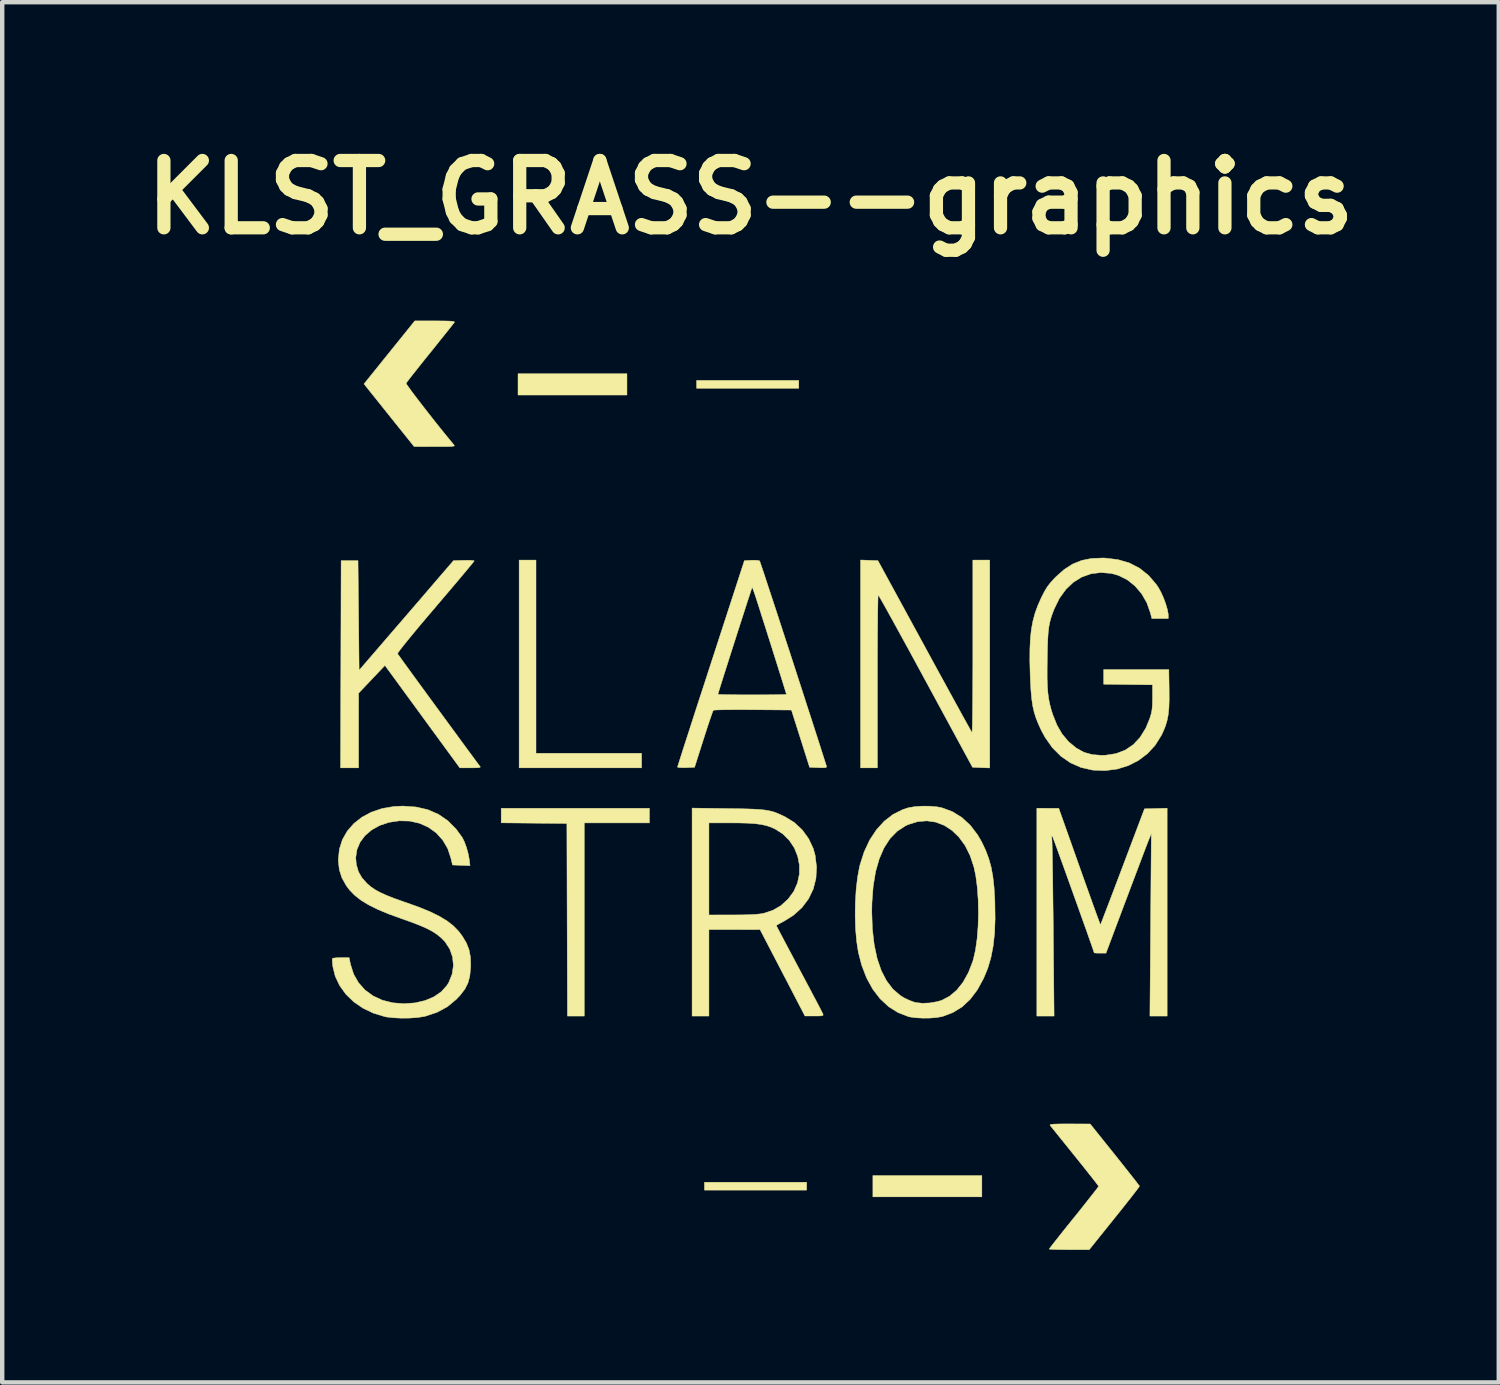
<source format=kicad_pcb>
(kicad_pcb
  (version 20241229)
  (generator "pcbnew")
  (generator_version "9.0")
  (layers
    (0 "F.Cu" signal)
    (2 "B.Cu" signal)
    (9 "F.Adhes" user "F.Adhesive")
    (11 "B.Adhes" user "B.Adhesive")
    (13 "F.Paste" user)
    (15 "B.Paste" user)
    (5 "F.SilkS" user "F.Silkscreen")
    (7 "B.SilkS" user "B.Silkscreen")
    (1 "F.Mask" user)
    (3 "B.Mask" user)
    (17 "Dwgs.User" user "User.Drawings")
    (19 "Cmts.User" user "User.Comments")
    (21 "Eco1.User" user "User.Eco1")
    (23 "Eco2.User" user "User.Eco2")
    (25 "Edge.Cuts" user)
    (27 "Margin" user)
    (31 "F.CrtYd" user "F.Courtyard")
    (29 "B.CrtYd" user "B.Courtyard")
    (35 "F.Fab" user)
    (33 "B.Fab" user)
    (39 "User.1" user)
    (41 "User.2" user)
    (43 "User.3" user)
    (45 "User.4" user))
  (footprint "KLST_GRASS--graphics"
    (layer "F.Cu")
    (at 13.941 1.418)
    (property "Reference" "KLST_GRASS--graphics" (at 0 0 0) (layer "F.SilkS") (effects (font (size 1.524 1.524) (thickness 0.3))))
    (attr through_hole)
    (fp_poly (pts (xy -2.797 4.475) (xy -5.263 4.475) (xy -5.263 3.992) (xy -2.797 3.992) (xy -2.797 4.475)) (stroke (width 0.01) (type solid)) (fill yes) (layer "F.SilkS"))
    (fp_poly (pts (xy 1.093 4.322) (xy -1.22 4.322) (xy -1.22 4.144) (xy 1.093 4.144) (xy 1.093 4.322)) (stroke (width 0.01) (type solid)) (fill yes) (layer "F.SilkS"))
    (fp_poly (pts (xy 1.271 22.476) (xy -1.042 22.476) (xy -1.042 22.298) (xy 1.271 22.298) (xy 1.271 22.476)) (stroke (width 0.01) (type solid)) (fill yes) (layer "F.SilkS"))
    (fp_poly (pts (xy 5.238 22.629) (xy 2.771 22.629) (xy 2.771 22.146) (xy 5.238 22.146) (xy 5.238 22.629)) (stroke (width 0.01) (type solid)) (fill yes) (layer "F.SilkS"))
    (fp_poly (pts (xy -4.856 12.586) (xy -2.466 12.586) (xy -2.466 12.916) (xy -5.238 12.916) (xy -5.238 8.212) (xy -4.856 8.212) (xy -4.856 12.586)) (stroke (width 0.01) (type solid)) (fill yes) (layer "F.SilkS"))
    (fp_poly (pts (xy -2.288 14.162) (xy -3.763 14.162) (xy -3.763 18.535) (xy -4.144 18.535) (xy -4.151 16.355) (xy -4.157 14.175) (xy -4.901 14.168) (xy -5.644 14.161) (xy -5.644 13.831) (xy -2.288 13.831) (xy -2.288 14.162)) (stroke (width 0.01) (type solid)) (fill yes) (layer "F.SilkS"))
    (fp_poly (pts (xy -6.974 2.798) (xy -6.851 2.8) (xy -6.768 2.804) (xy -6.721 2.811) (xy -6.702 2.821) (xy -6.703 2.829) (xy -6.723 2.855) (xy -6.772 2.917) (xy -6.844 3.008) (xy -6.937 3.124) (xy -7.046 3.26) (xy -7.167 3.412) (xy -7.253 3.518) (xy -7.381 3.677) (xy -7.498 3.824) (xy -7.601 3.954) (xy -7.687 4.062) (xy -7.75 4.145) (xy -7.788 4.195) (xy -7.797 4.21) (xy -7.784 4.235) (xy -7.743 4.294) (xy -7.679 4.382) (xy -7.595 4.494) (xy -7.496 4.624) (xy -7.385 4.767) (xy -7.267 4.918) (xy -7.147 5.071) (xy -7.027 5.221) (xy -6.913 5.363) (xy -6.808 5.491) (xy -6.717 5.6) (xy -6.706 5.616) (xy -6.709 5.627) (xy -6.731 5.635) (xy -6.779 5.64) (xy -6.859 5.642) (xy -6.976 5.643) (xy -7.139 5.643) (xy -7.147 5.643) (xy -7.615 5.642) (xy -8.183 4.933) (xy -8.75 4.224) (xy -8.175 3.51) (xy -7.6 2.797) (xy -7.142 2.797) (xy -6.974 2.798)) (stroke (width 0.01) (type solid)) (fill yes) (layer "F.SilkS"))
    (fp_poly (pts (xy 2.688 8.218) (xy 2.885 8.225) (xy 3.941 10.162) (xy 4.099 10.453) (xy 4.25 10.73) (xy 4.394 10.992) (xy 4.526 11.234) (xy 4.647 11.454) (xy 4.753 11.648) (xy 4.844 11.813) (xy 4.918 11.946) (xy 4.972 12.043) (xy 5.005 12.101) (xy 5.015 12.118) (xy 5.018 12.096) (xy 5.021 12.027) (xy 5.024 11.915) (xy 5.026 11.764) (xy 5.028 11.577) (xy 5.03 11.358) (xy 5.032 11.112) (xy 5.033 10.841) (xy 5.034 10.55) (xy 5.034 10.243) (xy 5.034 10.174) (xy 5.034 8.212) (xy 5.416 8.212) (xy 5.416 12.918) (xy 5.221 12.911) (xy 5.027 12.903) (xy 3.969 10.953) (xy 3.811 10.662) (xy 3.66 10.384) (xy 3.517 10.122) (xy 3.384 9.88) (xy 3.264 9.661) (xy 3.157 9.467) (xy 3.066 9.303) (xy 2.992 9.171) (xy 2.937 9.075) (xy 2.903 9.017) (xy 2.892 9.001) (xy 2.889 9.026) (xy 2.886 9.098) (xy 2.884 9.212) (xy 2.881 9.366) (xy 2.879 9.556) (xy 2.877 9.776) (xy 2.875 10.025) (xy 2.874 10.297) (xy 2.873 10.589) (xy 2.873 10.896) (xy 2.873 10.958) (xy 2.873 12.916) (xy 2.492 12.916) (xy 2.492 8.21) (xy 2.688 8.218)) (stroke (width 0.01) (type solid)) (fill yes) (layer "F.SilkS"))
    (fp_poly (pts (xy 7.224 20.977) (xy 7.691 20.979) (xy 8.248 21.674) (xy 8.377 21.836) (xy 8.496 21.986) (xy 8.601 22.119) (xy 8.689 22.23) (xy 8.754 22.315) (xy 8.795 22.369) (xy 8.807 22.386) (xy 8.792 22.41) (xy 8.749 22.468) (xy 8.681 22.556) (xy 8.592 22.671) (xy 8.485 22.806) (xy 8.364 22.959) (xy 8.239 23.114) (xy 7.669 23.824) (xy 7.216 23.824) (xy 7.071 23.823) (xy 6.945 23.821) (xy 6.846 23.818) (xy 6.783 23.814) (xy 6.763 23.81) (xy 6.779 23.787) (xy 6.822 23.73) (xy 6.891 23.642) (xy 6.98 23.529) (xy 7.087 23.394) (xy 7.208 23.243) (xy 7.323 23.101) (xy 7.453 22.939) (xy 7.572 22.789) (xy 7.677 22.656) (xy 7.764 22.546) (xy 7.83 22.461) (xy 7.87 22.408) (xy 7.882 22.39) (xy 7.866 22.367) (xy 7.823 22.309) (xy 7.755 22.221) (xy 7.665 22.108) (xy 7.559 21.974) (xy 7.439 21.824) (xy 7.345 21.707) (xy 7.216 21.547) (xy 7.097 21.399) (xy 6.991 21.268) (xy 6.903 21.158) (xy 6.836 21.075) (xy 6.794 21.023) (xy 6.782 21.008) (xy 6.783 20.996) (xy 6.809 20.988) (xy 6.866 20.982) (xy 6.96 20.979) (xy 7.095 20.977) (xy 7.224 20.977)) (stroke (width 0.01) (type solid)) (fill yes) (layer "F.SilkS"))
    (fp_poly (pts (xy -6.308 8.22) (xy -6.262 8.226) (xy -6.255 8.231) (xy -6.271 8.253) (xy -6.318 8.311) (xy -6.391 8.4) (xy -6.488 8.516) (xy -6.606 8.657) (xy -6.742 8.818) (xy -6.893 8.996) (xy -7.056 9.187) (xy -7.132 9.277) (xy -7.317 9.494) (xy -7.484 9.692) (xy -7.631 9.869) (xy -7.756 10.021) (xy -7.857 10.146) (xy -7.931 10.241) (xy -7.977 10.304) (xy -7.991 10.331) (xy -7.991 10.332) (xy -7.971 10.36) (xy -7.925 10.424) (xy -7.855 10.521) (xy -7.764 10.646) (xy -7.657 10.794) (xy -7.535 10.961) (xy -7.402 11.143) (xy -7.262 11.335) (xy -7.117 11.533) (xy -6.971 11.732) (xy -6.827 11.929) (xy -6.688 12.118) (xy -6.558 12.296) (xy -6.439 12.458) (xy -6.335 12.599) (xy -6.249 12.715) (xy -6.185 12.803) (xy -6.145 12.856) (xy -6.133 12.872) (xy -6.118 12.892) (xy -6.123 12.905) (xy -6.154 12.912) (xy -6.22 12.915) (xy -6.328 12.916) (xy -6.338 12.916) (xy -6.581 12.916) (xy -7.429 11.756) (xy -8.276 10.597) (xy -8.872 11.225) (xy -8.873 12.071) (xy -8.873 12.916) (xy -9.281 12.916) (xy -9.274 10.571) (xy -9.268 8.225) (xy -8.886 8.225) (xy -8.873 9.466) (xy -8.861 10.707) (xy -8.208 9.949) (xy -8.042 9.756) (xy -7.866 9.553) (xy -7.69 9.348) (xy -7.519 9.15) (xy -7.362 8.967) (xy -7.225 8.807) (xy -7.14 8.708) (xy -6.724 8.225) (xy -6.49 8.218) (xy -6.387 8.217) (xy -6.308 8.22)) (stroke (width 0.01) (type solid)) (fill yes) (layer "F.SilkS"))
    (fp_poly (pts (xy 9.433 18.535) (xy 9.043 18.535) (xy 9.059 16.469) (xy 9.075 14.404) (xy 9.018 14.543) (xy 8.997 14.594) (xy 8.961 14.688) (xy 8.911 14.819) (xy 8.849 14.982) (xy 8.778 15.172) (xy 8.698 15.383) (xy 8.612 15.611) (xy 8.522 15.851) (xy 8.504 15.897) (xy 8.048 17.111) (xy 7.914 17.111) (xy 7.839 17.11) (xy 7.791 17.106) (xy 7.78 17.102) (xy 7.772 17.075) (xy 7.748 17.005) (xy 7.711 16.897) (xy 7.662 16.759) (xy 7.604 16.593) (xy 7.537 16.407) (xy 7.465 16.205) (xy 7.389 15.992) (xy 7.311 15.774) (xy 7.233 15.557) (xy 7.157 15.345) (xy 7.085 15.144) (xy 7.018 14.96) (xy 6.959 14.797) (xy 6.909 14.661) (xy 6.871 14.557) (xy 6.846 14.491) (xy 6.836 14.468) (xy 6.822 14.456) (xy 6.819 14.488) (xy 6.824 14.531) (xy 6.826 14.572) (xy 6.829 14.66) (xy 6.832 14.79) (xy 6.835 14.959) (xy 6.838 15.162) (xy 6.842 15.396) (xy 6.845 15.655) (xy 6.848 15.935) (xy 6.852 16.234) (xy 6.855 16.546) (xy 6.855 16.584) (xy 6.873 18.535) (xy 6.483 18.535) (xy 6.483 13.831) (xy 6.731 13.832) (xy 6.979 13.832) (xy 7.448 15.154) (xy 7.535 15.4) (xy 7.618 15.631) (xy 7.694 15.843) (xy 7.761 16.031) (xy 7.819 16.191) (xy 7.866 16.319) (xy 7.9 16.409) (xy 7.919 16.459) (xy 7.924 16.468) (xy 7.934 16.443) (xy 7.96 16.376) (xy 8.001 16.269) (xy 8.055 16.128) (xy 8.121 15.956) (xy 8.196 15.759) (xy 8.279 15.54) (xy 8.369 15.303) (xy 8.426 15.152) (xy 8.92 13.844) (xy 9.177 13.837) (xy 9.433 13.83) (xy 9.433 18.535)) (stroke (width 0.01) (type solid)) (fill yes) (layer "F.SilkS"))
    (fp_poly (pts (xy -0.515 13.838) (xy -0.268 13.841) (xy -0.065 13.846) (xy 0.1 13.852) (xy 0.235 13.861) (xy 0.347 13.874) (xy 0.442 13.892) (xy 0.528 13.915) (xy 0.61 13.945) (xy 0.696 13.983) (xy 0.783 14.025) (xy 0.993 14.154) (xy 1.172 14.321) (xy 1.316 14.519) (xy 1.42 14.74) (xy 1.463 14.892) (xy 1.496 15.163) (xy 1.482 15.42) (xy 1.42 15.661) (xy 1.313 15.883) (xy 1.163 16.082) (xy 0.97 16.255) (xy 0.761 16.386) (xy 0.678 16.43) (xy 0.616 16.465) (xy 0.586 16.485) (xy 0.585 16.486) (xy 0.596 16.51) (xy 0.629 16.573) (xy 0.682 16.673) (xy 0.75 16.803) (xy 0.833 16.96) (xy 0.928 17.138) (xy 1.032 17.334) (xy 1.104 17.47) (xy 1.214 17.677) (xy 1.317 17.87) (xy 1.41 18.046) (xy 1.491 18.199) (xy 1.557 18.325) (xy 1.605 18.419) (xy 1.634 18.476) (xy 1.641 18.491) (xy 1.645 18.512) (xy 1.629 18.526) (xy 1.586 18.532) (xy 1.505 18.534) (xy 1.446 18.534) (xy 1.233 18.534) (xy 0.725 17.556) (xy 0.216 16.578) (xy -0.362 16.577) (xy -0.941 16.577) (xy -0.941 18.535) (xy -1.322 18.535) (xy -1.322 16.247) (xy -0.941 16.247) (xy -0.4 16.246) (xy -0.182 16.245) (xy -0.008 16.24) (xy 0.128 16.232) (xy 0.233 16.221) (xy 0.303 16.208) (xy 0.51 16.139) (xy 0.689 16.035) (xy 0.851 15.887) (xy 0.852 15.887) (xy 0.98 15.713) (xy 1.064 15.523) (xy 1.107 15.323) (xy 1.108 15.119) (xy 1.069 14.919) (xy 0.993 14.73) (xy 0.879 14.558) (xy 0.729 14.41) (xy 0.559 14.301) (xy 0.46 14.257) (xy 0.355 14.222) (xy 0.238 14.197) (xy 0.098 14.179) (xy -0.071 14.168) (xy -0.277 14.163) (xy -0.426 14.162) (xy -0.941 14.162) (xy -0.941 16.247) (xy -1.322 16.247) (xy -1.322 13.827) (xy -0.515 13.838)) (stroke (width 0.01) (type solid)) (fill yes) (layer "F.SilkS"))
    (fp_poly (pts (xy 4.058 13.784) (xy 4.221 13.798) (xy 4.33 13.819) (xy 4.568 13.906) (xy 4.784 14.039) (xy 4.976 14.216) (xy 5.143 14.435) (xy 5.235 14.594) (xy 5.324 14.782) (xy 5.394 14.969) (xy 5.448 15.163) (xy 5.487 15.376) (xy 5.514 15.617) (xy 5.531 15.895) (xy 5.533 15.967) (xy 5.538 16.334) (xy 5.526 16.659) (xy 5.494 16.95) (xy 5.443 17.213) (xy 5.372 17.454) (xy 5.278 17.681) (xy 5.277 17.683) (xy 5.135 17.943) (xy 4.973 18.157) (xy 4.791 18.327) (xy 4.585 18.454) (xy 4.354 18.542) (xy 4.33 18.548) (xy 4.209 18.569) (xy 4.059 18.581) (xy 3.897 18.582) (xy 3.742 18.574) (xy 3.612 18.556) (xy 3.577 18.548) (xy 3.341 18.457) (xy 3.127 18.322) (xy 2.935 18.144) (xy 2.768 17.927) (xy 2.628 17.672) (xy 2.517 17.382) (xy 2.442 17.093) (xy 2.404 16.846) (xy 2.379 16.567) (xy 2.37 16.27) (xy 2.371 16.169) (xy 2.746 16.169) (xy 2.759 16.561) (xy 2.8 16.915) (xy 2.866 17.229) (xy 2.959 17.502) (xy 3.078 17.734) (xy 3.222 17.924) (xy 3.391 18.07) (xy 3.481 18.125) (xy 3.579 18.172) (xy 3.678 18.211) (xy 3.743 18.23) (xy 3.893 18.246) (xy 4.064 18.238) (xy 4.233 18.208) (xy 4.33 18.179) (xy 4.508 18.086) (xy 4.67 17.948) (xy 4.813 17.768) (xy 4.934 17.551) (xy 5.031 17.301) (xy 5.045 17.255) (xy 5.095 17.036) (xy 5.131 16.78) (xy 5.153 16.499) (xy 5.161 16.205) (xy 5.155 15.91) (xy 5.135 15.625) (xy 5.101 15.363) (xy 5.059 15.164) (xy 4.973 14.904) (xy 4.86 14.677) (xy 4.721 14.486) (xy 4.562 14.332) (xy 4.386 14.218) (xy 4.195 14.145) (xy 3.994 14.116) (xy 3.786 14.133) (xy 3.575 14.198) (xy 3.508 14.229) (xy 3.321 14.351) (xy 3.16 14.516) (xy 3.025 14.724) (xy 2.916 14.973) (xy 2.833 15.263) (xy 2.778 15.593) (xy 2.75 15.962) (xy 2.746 16.169) (xy 2.371 16.169) (xy 2.374 15.966) (xy 2.392 15.67) (xy 2.424 15.395) (xy 2.469 15.154) (xy 2.477 15.119) (xy 2.573 14.819) (xy 2.698 14.551) (xy 2.851 14.319) (xy 3.028 14.124) (xy 3.228 13.97) (xy 3.448 13.86) (xy 3.573 13.82) (xy 3.713 13.795) (xy 3.881 13.783) (xy 4.058 13.784)) (stroke (width 0.01) (type solid)) (fill yes) (layer "F.SilkS"))
    (fp_poly (pts (xy 0.178 8.222) (xy 0.206 8.231) (xy 0.216 8.256) (xy 0.24 8.327) (xy 0.278 8.438) (xy 0.327 8.585) (xy 0.386 8.766) (xy 0.455 8.975) (xy 0.532 9.209) (xy 0.616 9.465) (xy 0.705 9.738) (xy 0.798 10.024) (xy 0.895 10.32) (xy 0.993 10.622) (xy 1.091 10.925) (xy 1.189 11.226) (xy 1.284 11.522) (xy 1.377 11.807) (xy 1.464 12.078) (xy 1.546 12.332) (xy 1.62 12.564) (xy 1.686 12.771) (xy 1.718 12.87) (xy 1.722 12.894) (xy 1.708 12.908) (xy 1.667 12.913) (xy 1.59 12.913) (xy 1.536 12.911) (xy 1.338 12.903) (xy 1.133 12.255) (xy 0.927 11.607) (xy 0.052 11.6) (xy -0.154 11.599) (xy -0.344 11.599) (xy -0.512 11.6) (xy -0.652 11.602) (xy -0.757 11.605) (xy -0.823 11.609) (xy -0.842 11.613) (xy -0.855 11.641) (xy -0.88 11.712) (xy -0.917 11.818) (xy -0.962 11.952) (xy -1.013 12.109) (xy -1.064 12.268) (xy -1.266 12.903) (xy -1.46 12.911) (xy -1.551 12.912) (xy -1.619 12.908) (xy -1.651 12.9) (xy -1.652 12.898) (xy -1.645 12.872) (xy -1.622 12.8) (xy -1.586 12.687) (xy -1.538 12.535) (xy -1.478 12.349) (xy -1.407 12.131) (xy -1.328 11.884) (xy -1.24 11.612) (xy -1.145 11.319) (xy -1.122 11.25) (xy -0.737 11.25) (xy -0.713 11.254) (xy -0.644 11.257) (xy -0.536 11.259) (xy -0.396 11.261) (xy -0.23 11.263) (xy -0.044 11.263) (xy 0.038 11.263) (xy 0.231 11.263) (xy 0.406 11.262) (xy 0.558 11.26) (xy 0.68 11.258) (xy 0.765 11.256) (xy 0.809 11.253) (xy 0.814 11.252) (xy 0.806 11.225) (xy 0.784 11.154) (xy 0.749 11.041) (xy 0.703 10.891) (xy 0.645 10.708) (xy 0.578 10.495) (xy 0.503 10.256) (xy 0.42 9.994) (xy 0.331 9.713) (xy 0.237 9.418) (xy 0.187 9.259) (xy 0.142 9.12) (xy 0.102 8.999) (xy 0.07 8.905) (xy 0.047 8.846) (xy 0.038 8.827) (xy 0.029 8.852) (xy 0.006 8.92) (xy -0.028 9.025) (xy -0.073 9.162) (xy -0.125 9.324) (xy -0.184 9.507) (xy -0.248 9.705) (xy -0.314 9.911) (xy -0.381 10.121) (xy -0.448 10.329) (xy -0.511 10.529) (xy -0.571 10.716) (xy -0.624 10.883) (xy -0.669 11.026) (xy -0.704 11.138) (xy -0.727 11.214) (xy -0.737 11.249) (xy -0.737 11.25) (xy -1.122 11.25) (xy -1.043 11.008) (xy -0.937 10.681) (xy -0.895 10.552) (xy -0.138 8.225) (xy 0.024 8.217) (xy 0.111 8.217) (xy 0.178 8.222)) (stroke (width 0.01) (type solid)) (fill yes) (layer "F.SilkS"))
    (fp_poly (pts (xy 8.034 8.167) (xy 8.32 8.202) (xy 8.579 8.278) (xy 8.809 8.397) (xy 9.011 8.558) (xy 9.186 8.762) (xy 9.231 8.828) (xy 9.291 8.935) (xy 9.349 9.064) (xy 9.399 9.199) (xy 9.437 9.327) (xy 9.457 9.431) (xy 9.458 9.46) (xy 9.458 9.535) (xy 9.086 9.535) (xy 9.055 9.411) (xy 8.973 9.178) (xy 8.854 8.972) (xy 8.704 8.797) (xy 8.528 8.657) (xy 8.33 8.559) (xy 8.168 8.514) (xy 7.933 8.494) (xy 7.709 8.522) (xy 7.501 8.596) (xy 7.31 8.714) (xy 7.141 8.875) (xy 6.995 9.076) (xy 6.877 9.316) (xy 6.871 9.331) (xy 6.83 9.439) (xy 6.798 9.536) (xy 6.773 9.63) (xy 6.755 9.729) (xy 6.741 9.843) (xy 6.732 9.98) (xy 6.725 10.148) (xy 6.72 10.356) (xy 6.719 10.421) (xy 6.716 10.675) (xy 6.716 10.888) (xy 6.722 11.066) (xy 6.733 11.218) (xy 6.751 11.353) (xy 6.776 11.478) (xy 6.809 11.602) (xy 6.842 11.707) (xy 6.938 11.947) (xy 7.053 12.147) (xy 7.192 12.313) (xy 7.213 12.334) (xy 7.38 12.471) (xy 7.552 12.565) (xy 7.739 12.617) (xy 7.952 12.633) (xy 8.041 12.63) (xy 8.275 12.594) (xy 8.484 12.514) (xy 8.666 12.391) (xy 8.821 12.225) (xy 8.95 12.016) (xy 9.041 11.795) (xy 9.07 11.699) (xy 9.089 11.607) (xy 9.099 11.504) (xy 9.102 11.371) (xy 9.102 11.325) (xy 9.102 11.036) (xy 8.549 11.029) (xy 7.996 11.022) (xy 7.996 10.691) (xy 9.471 10.691) (xy 9.478 11.149) (xy 9.479 11.374) (xy 9.473 11.559) (xy 9.457 11.714) (xy 9.43 11.851) (xy 9.391 11.978) (xy 9.337 12.108) (xy 9.3 12.184) (xy 9.162 12.404) (xy 8.988 12.593) (xy 8.783 12.748) (xy 8.552 12.866) (xy 8.301 12.943) (xy 8.035 12.978) (xy 7.76 12.968) (xy 7.742 12.966) (xy 7.482 12.907) (xy 7.244 12.802) (xy 7.028 12.653) (xy 6.836 12.461) (xy 6.671 12.227) (xy 6.586 12.071) (xy 6.518 11.923) (xy 6.464 11.788) (xy 6.422 11.654) (xy 6.39 11.513) (xy 6.367 11.355) (xy 6.35 11.171) (xy 6.338 10.951) (xy 6.332 10.806) (xy 6.324 10.492) (xy 6.326 10.22) (xy 6.337 9.984) (xy 6.36 9.775) (xy 6.396 9.585) (xy 6.444 9.407) (xy 6.508 9.234) (xy 6.587 9.057) (xy 6.588 9.055) (xy 6.657 8.92) (xy 6.722 8.814) (xy 6.796 8.719) (xy 6.89 8.616) (xy 6.911 8.595) (xy 7.101 8.426) (xy 7.293 8.302) (xy 7.498 8.22) (xy 7.723 8.175) (xy 7.978 8.165) (xy 8.034 8.167)) (stroke (width 0.01) (type solid)) (fill yes) (layer "F.SilkS"))
    (fp_poly (pts (xy -7.574 13.802) (xy -7.306 13.863) (xy -7.066 13.967) (xy -6.853 14.113) (xy -6.664 14.303) (xy -6.525 14.494) (xy -6.478 14.589) (xy -6.431 14.716) (xy -6.393 14.854) (xy -6.368 14.984) (xy -6.368 14.987) (xy -6.35 15.13) (xy -6.548 15.123) (xy -6.747 15.115) (xy -6.78 14.97) (xy -6.854 14.745) (xy -6.968 14.551) (xy -7.115 14.388) (xy -7.292 14.261) (xy -7.493 14.171) (xy -7.715 14.121) (xy -7.952 14.115) (xy -8.181 14.149) (xy -8.395 14.22) (xy -8.578 14.322) (xy -8.727 14.45) (xy -8.839 14.6) (xy -8.91 14.768) (xy -8.937 14.948) (xy -8.924 15.102) (xy -8.877 15.265) (xy -8.798 15.404) (xy -8.678 15.538) (xy -8.676 15.54) (xy -8.592 15.611) (xy -8.498 15.675) (xy -8.385 15.737) (xy -8.247 15.8) (xy -8.076 15.868) (xy -7.865 15.943) (xy -7.789 15.969) (xy -7.496 16.074) (xy -7.248 16.176) (xy -7.041 16.278) (xy -6.868 16.383) (xy -6.726 16.494) (xy -6.608 16.615) (xy -6.526 16.724) (xy -6.431 16.883) (xy -6.371 17.038) (xy -6.34 17.203) (xy -6.335 17.396) (xy -6.337 17.445) (xy -6.355 17.63) (xy -6.396 17.785) (xy -6.466 17.924) (xy -6.571 18.062) (xy -6.66 18.156) (xy -6.861 18.323) (xy -7.095 18.45) (xy -7.359 18.538) (xy -7.391 18.545) (xy -7.538 18.568) (xy -7.715 18.581) (xy -7.903 18.583) (xy -8.084 18.574) (xy -8.24 18.556) (xy -8.276 18.549) (xy -8.537 18.47) (xy -8.774 18.357) (xy -8.984 18.212) (xy -9.161 18.04) (xy -9.302 17.845) (xy -9.402 17.632) (xy -9.455 17.416) (xy -9.465 17.329) (xy -9.469 17.262) (xy -9.467 17.232) (xy -9.437 17.223) (xy -9.371 17.216) (xy -9.281 17.213) (xy -9.271 17.213) (xy -9.087 17.213) (xy -9.057 17.36) (xy -8.986 17.584) (xy -8.875 17.78) (xy -8.727 17.946) (xy -8.545 18.079) (xy -8.333 18.177) (xy -8.094 18.236) (xy -7.845 18.255) (xy -7.593 18.237) (xy -7.366 18.184) (xy -7.166 18.099) (xy -7 17.985) (xy -6.872 17.842) (xy -6.832 17.777) (xy -6.755 17.586) (xy -6.726 17.392) (xy -6.745 17.199) (xy -6.809 17.017) (xy -6.918 16.85) (xy -7.003 16.763) (xy -7.096 16.688) (xy -7.203 16.618) (xy -7.332 16.55) (xy -7.491 16.481) (xy -7.686 16.406) (xy -7.885 16.335) (xy -8.182 16.228) (xy -8.433 16.124) (xy -8.643 16.02) (xy -8.817 15.914) (xy -8.96 15.802) (xy -9.076 15.683) (xy -9.15 15.585) (xy -9.251 15.404) (xy -9.309 15.222) (xy -9.331 15.02) (xy -9.331 14.988) (xy -9.307 14.756) (xy -9.239 14.541) (xy -9.128 14.347) (xy -8.98 14.177) (xy -8.797 14.033) (xy -8.583 13.919) (xy -8.341 13.837) (xy -8.075 13.791) (xy -7.871 13.781) (xy -7.574 13.802)) (stroke (width 0.01) (type solid)) (fill yes) (layer "F.SilkS")))
  (gr_rect
    (start -3 -3)
    (end 30.882 28.247)
    (stroke (width 0.1) (type default))
    (fill no)
    (layer "Edge.Cuts")))
</source>
